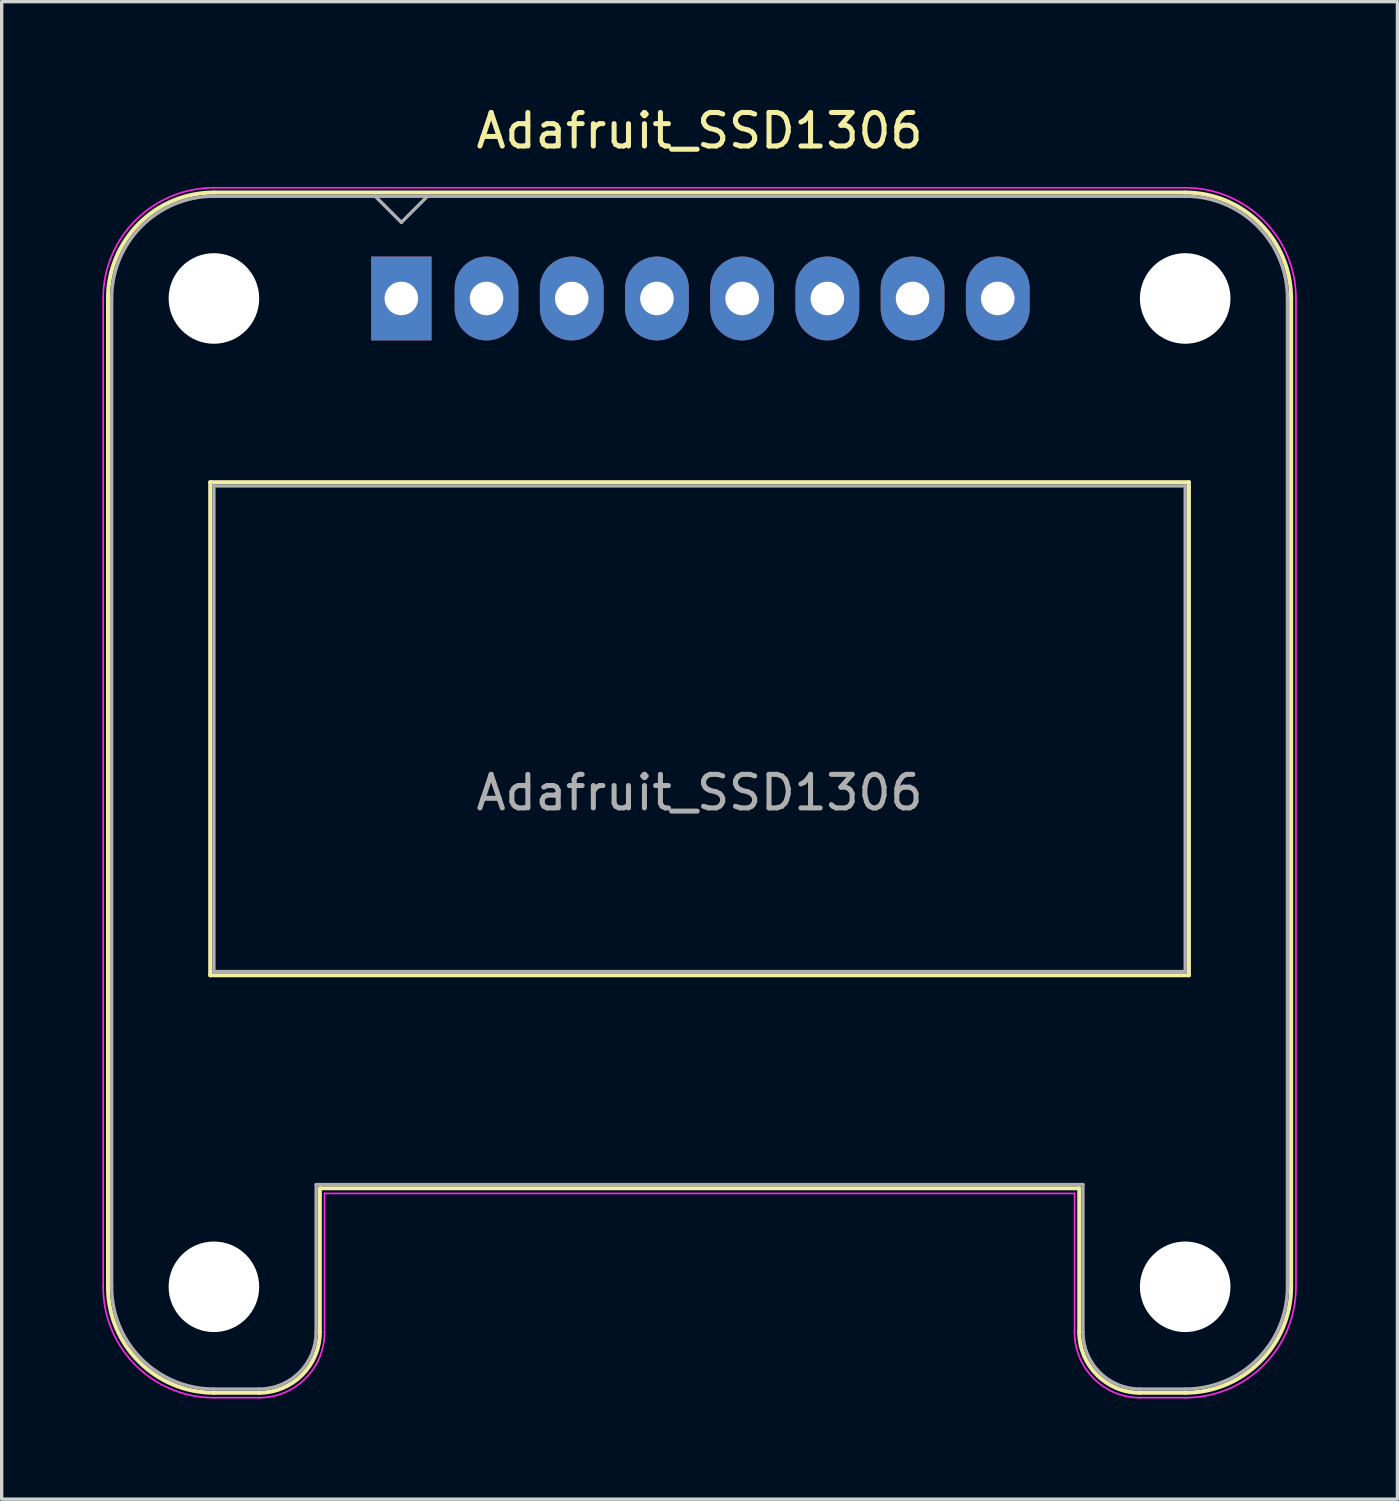
<source format=kicad_pcb>
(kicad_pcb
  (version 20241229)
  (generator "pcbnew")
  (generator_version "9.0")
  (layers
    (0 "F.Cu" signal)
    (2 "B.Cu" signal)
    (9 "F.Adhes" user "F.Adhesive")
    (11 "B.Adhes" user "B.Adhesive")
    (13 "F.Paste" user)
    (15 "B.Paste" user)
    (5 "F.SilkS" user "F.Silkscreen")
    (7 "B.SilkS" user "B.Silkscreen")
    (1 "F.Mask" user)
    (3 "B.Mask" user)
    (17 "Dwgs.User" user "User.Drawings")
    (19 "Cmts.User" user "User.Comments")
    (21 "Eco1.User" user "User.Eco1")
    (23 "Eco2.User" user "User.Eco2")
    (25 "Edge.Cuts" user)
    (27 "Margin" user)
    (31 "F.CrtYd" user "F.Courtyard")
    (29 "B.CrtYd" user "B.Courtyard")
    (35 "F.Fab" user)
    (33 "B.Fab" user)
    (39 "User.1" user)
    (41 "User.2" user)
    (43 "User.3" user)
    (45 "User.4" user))
  (footprint "Adafruit_SSD1306"
    (layer "F.Cu")
    (at 8.915 5.848)
    (property "Reference" "Adafruit_SSD1306" (at 8.89 -5 180) (layer "F.SilkS") (effects (font (size 1 1) (thickness 0.15))))
    (attr through_hole)
    (fp_line (start -8.746 0) (end -8.746 29.464) (stroke (width 0.12) (type solid)) (layer "F.SilkS"))
    (fp_line (start -5.698 5.478) (end -5.698 20.176) (stroke (width 0.12) (type solid)) (layer "F.SilkS"))
    (fp_line (start -5.698 5.478) (end 23.478 5.478) (stroke (width 0.12) (type solid)) (layer "F.SilkS"))
    (fp_line (start -5.698 20.176) (end 23.478 20.176) (stroke (width 0.12) (type solid)) (layer "F.SilkS"))
    (fp_line (start -4.238 32.622) (end -5.59 32.622) (stroke (width 0.12) (type solid)) (layer "F.SilkS"))
    (fp_line (start -2.43 26.526) (end -2.43 30.814) (stroke (width 0.12) (type solid)) (layer "F.SilkS"))
    (fp_line (start -2.43 26.526) (end 20.21 26.526) (stroke (width 0.12) (type solid)) (layer "F.SilkS"))
    (fp_line (start 20.21 26.526) (end 20.21 30.814) (stroke (width 0.12) (type solid)) (layer "F.SilkS"))
    (fp_line (start 22.018 32.622) (end 23.37 32.622) (stroke (width 0.12) (type solid)) (layer "F.SilkS"))
    (fp_line (start 23.368 -3.158) (end -5.588 -3.158) (stroke (width 0.12) (type solid)) (layer "F.SilkS"))
    (fp_line (start 23.478 5.478) (end 23.478 20.176) (stroke (width 0.12) (type solid)) (layer "F.SilkS"))
    (fp_line (start 26.526 0) (end 26.526 29.464) (stroke (width 0.12) (type solid)) (layer "F.SilkS"))
    (fp_arc (start -8.746 0) (mid -7.821043 -2.233043) (end -5.588 -3.158) (stroke (width 0.12) (type solid)) (layer "F.SilkS"))
    (fp_arc (start -5.588 32.622) (mid -7.821043 31.697043) (end -8.746 29.464) (stroke (width 0.12) (type solid)) (layer "F.SilkS"))
    (fp_arc (start -2.43 30.812) (mid -2.958137 32.091035) (end -4.236 32.622) (stroke (width 0.12) (type solid)) (layer "F.SilkS"))
    (fp_arc (start 22.016 32.622) (mid 20.738137 32.091035) (end 20.21 30.812) (stroke (width 0.12) (type solid)) (layer "F.SilkS"))
    (fp_arc (start 23.368 -3.158) (mid 25.601043 -2.233043) (end 26.526 0) (stroke (width 0.12) (type solid)) (layer "F.SilkS"))
    (fp_arc (start 26.526 29.464) (mid 25.601043 31.697043) (end 23.368 32.622) (stroke (width 0.12) (type solid)) (layer "F.SilkS"))
    (fp_line (start -8.89 0) (end -8.89 29.47) (stroke (width 0.05) (type solid)) (layer "F.CrtYd"))
    (fp_line (start -4.24 32.77) (end -5.59 32.77) (stroke (width 0.05) (type solid)) (layer "F.CrtYd"))
    (fp_line (start -2.29 26.68) (end -2.29 30.82) (stroke (width 0.05) (type solid)) (layer "F.CrtYd"))
    (fp_line (start -2.29 26.68) (end 20.07 26.68) (stroke (width 0.05) (type solid)) (layer "F.CrtYd"))
    (fp_line (start 20.07 26.68) (end 20.07 30.82) (stroke (width 0.05) (type solid)) (layer "F.CrtYd"))
    (fp_line (start 22.02 32.77) (end 23.37 32.77) (stroke (width 0.05) (type solid)) (layer "F.CrtYd"))
    (fp_line (start 23.37 -3.3) (end -5.59 -3.3) (stroke (width 0.05) (type solid)) (layer "F.CrtYd"))
    (fp_line (start 26.67 0) (end 26.67 29.47) (stroke (width 0.05) (type solid)) (layer "F.CrtYd"))
    (fp_arc (start -8.89 0) (mid -7.923452 -2.333452) (end -5.59 -3.3) (stroke (width 0.05) (type solid)) (layer "F.CrtYd"))
    (fp_arc (start -5.59 32.77) (mid -7.923452 31.803452) (end -8.89 29.47) (stroke (width 0.05) (type solid)) (layer "F.CrtYd"))
    (fp_arc (start -2.29 30.82) (mid -2.861142 32.198858) (end -4.24 32.77) (stroke (width 0.05) (type solid)) (layer "F.CrtYd"))
    (fp_arc (start 22.02 32.77) (mid 20.641142 32.198858) (end 20.07 30.82) (stroke (width 0.05) (type solid)) (layer "F.CrtYd"))
    (fp_arc (start 23.37 -3.3) (mid 25.703452 -2.333452) (end 26.67 0) (stroke (width 0.05) (type solid)) (layer "F.CrtYd"))
    (fp_arc (start 26.67 29.47) (mid 25.703452 31.803452) (end 23.37 32.77) (stroke (width 0.05) (type solid)) (layer "F.CrtYd"))
    (fp_line (start -8.636 0) (end -8.636 29.464) (stroke (width 0.1) (type solid)) (layer "F.Fab"))
    (fp_line (start -5.588 5.588) (end -5.588 20.066) (stroke (width 0.1) (type solid)) (layer "F.Fab"))
    (fp_line (start -5.588 5.588) (end 23.368 5.588) (stroke (width 0.1) (type solid)) (layer "F.Fab"))
    (fp_line (start -5.588 20.066) (end 23.368 20.066) (stroke (width 0.1) (type solid)) (layer "F.Fab"))
    (fp_line (start -4.238 32.512) (end -5.59 32.512) (stroke (width 0.1) (type solid)) (layer "F.Fab"))
    (fp_line (start -2.54 26.416) (end -2.54 30.814) (stroke (width 0.1) (type solid)) (layer "F.Fab"))
    (fp_line (start -2.54 26.416) (end 20.32 26.416) (stroke (width 0.1) (type solid)) (layer "F.Fab"))
    (fp_line (start -0.78 -3.048) (end 0 -2.268) (stroke (width 0.1) (type solid)) (layer "F.Fab"))
    (fp_line (start 0 -2.268) (end 0.78 -3.048) (stroke (width 0.1) (type solid)) (layer "F.Fab"))
    (fp_line (start 20.32 26.416) (end 20.32 30.814) (stroke (width 0.1) (type solid)) (layer "F.Fab"))
    (fp_line (start 22.018 32.512) (end 23.37 32.512) (stroke (width 0.1) (type solid)) (layer "F.Fab"))
    (fp_line (start 23.368 -3.048) (end -5.588 -3.048) (stroke (width 0.1) (type solid)) (layer "F.Fab"))
    (fp_line (start 23.368 5.588) (end 23.368 20.066) (stroke (width 0.1) (type solid)) (layer "F.Fab"))
    (fp_line (start 26.416 0) (end 26.416 29.464) (stroke (width 0.1) (type solid)) (layer "F.Fab"))
    (fp_arc (start -8.636 0.002) (mid -7.744676 -2.153847) (end -5.59 -3.048) (stroke (width 0.1) (type solid)) (layer "F.Fab"))
    (fp_arc (start -5.59 32.512) (mid -7.744676 31.617847) (end -8.636 29.462) (stroke (width 0.1) (type solid)) (layer "F.Fab"))
    (fp_arc (start -2.54 30.812) (mid -3.035918 32.013253) (end -4.236 32.512) (stroke (width 0.1) (type solid)) (layer "F.Fab"))
    (fp_arc (start 22.016 32.512) (mid 20.815918 32.013253) (end 20.32 30.812) (stroke (width 0.1) (type solid)) (layer "F.Fab"))
    (fp_arc (start 23.368 -3.048) (mid 25.523261 -2.155261) (end 26.416 0) (stroke (width 0.1) (type solid)) (layer "F.Fab"))
    (fp_arc (start 26.416 29.464) (mid 25.523261 31.619261) (end 23.368 32.512) (stroke (width 0.1) (type solid)) (layer "F.Fab"))
    (fp_text user "${REFERENCE}" (at 8.89 14.732 180) (layer "F.Fab") (effects (font (size 1 1) (thickness 0.15))))
    (pad "" np_thru_hole circle (at -5.588 0) (size 2.7 2.7) (drill 2.7) (layers "*.Cu" "*.Mask"))
    (pad "" np_thru_hole circle (at -5.588 29.464) (size 2.7 2.7) (drill 2.7) (layers "*.Cu" "*.Mask"))
    (pad "" np_thru_hole circle (at 23.368 0) (size 2.7 2.7) (drill 2.7) (layers "*.Cu" "*.Mask"))
    (pad "" np_thru_hole circle (at 23.368 29.464) (size 2.7 2.7) (drill 2.7) (layers "*.Cu" "*.Mask"))
    (pad "1" thru_hole rect (at 0 0) (size 1.8 2.5) (drill 1) (layers "*.Cu" "*.Mask"))
    (pad "2" thru_hole oval (at 2.54 0) (size 1.9 2.5) (drill 1) (layers "*.Cu" "*.Mask"))
    (pad "3" thru_hole oval (at 5.08 0) (size 1.9 2.5) (drill 1) (layers "*.Cu" "*.Mask"))
    (pad "4" thru_hole oval (at 7.62 0) (size 1.9 2.5) (drill 1) (layers "*.Cu" "*.Mask"))
    (pad "5" thru_hole oval (at 10.16 0) (size 1.9 2.5) (drill 1) (layers "*.Cu" "*.Mask"))
    (pad "6" thru_hole oval (at 12.7 0) (size 1.9 2.5) (drill 1) (layers "*.Cu" "*.Mask"))
    (pad "7" thru_hole oval (at 15.24 0) (size 1.9 2.5) (drill 1) (layers "*.Cu" "*.Mask"))
    (pad "8" thru_hole oval (at 17.78 0) (size 1.9 2.5) (drill 1) (layers "*.Cu" "*.Mask")))
  (gr_rect
    (start -3 -3)
    (end 38.61 41.643)
    (stroke (width 0.1) (type default))
    (fill no)
    (layer "Edge.Cuts")))
</source>
